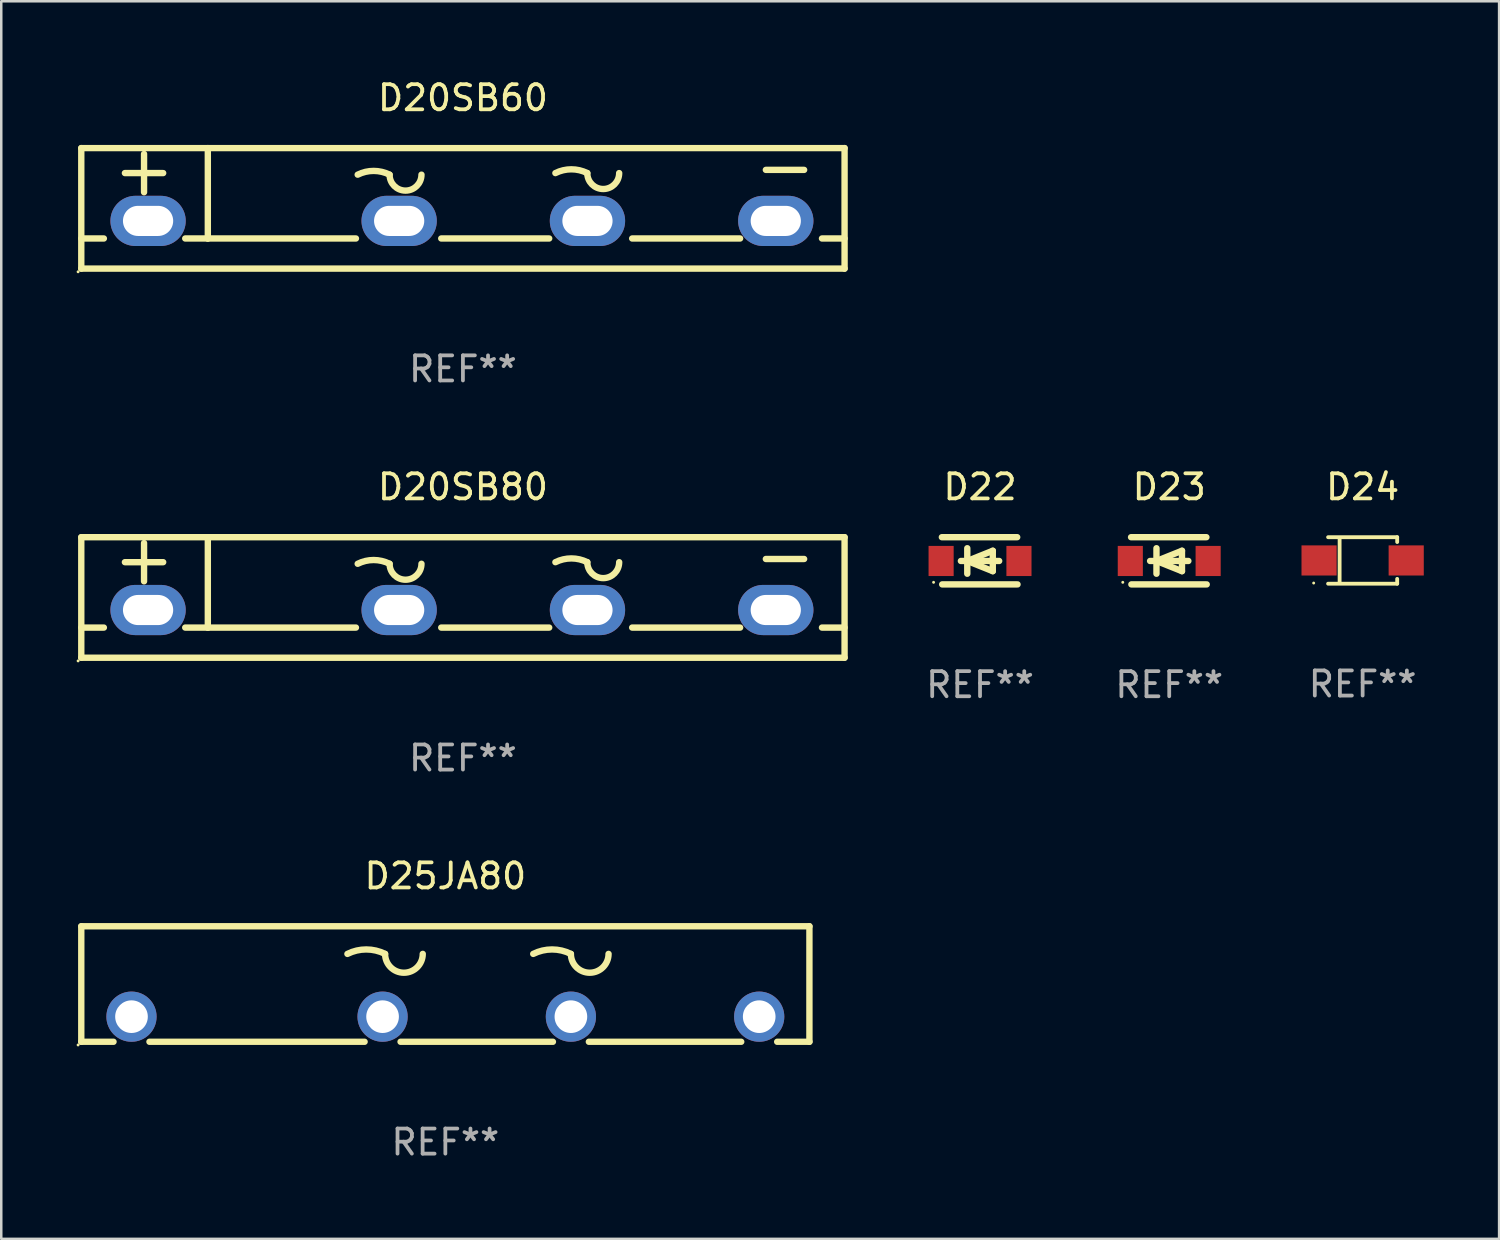
<source format=kicad_pcb>
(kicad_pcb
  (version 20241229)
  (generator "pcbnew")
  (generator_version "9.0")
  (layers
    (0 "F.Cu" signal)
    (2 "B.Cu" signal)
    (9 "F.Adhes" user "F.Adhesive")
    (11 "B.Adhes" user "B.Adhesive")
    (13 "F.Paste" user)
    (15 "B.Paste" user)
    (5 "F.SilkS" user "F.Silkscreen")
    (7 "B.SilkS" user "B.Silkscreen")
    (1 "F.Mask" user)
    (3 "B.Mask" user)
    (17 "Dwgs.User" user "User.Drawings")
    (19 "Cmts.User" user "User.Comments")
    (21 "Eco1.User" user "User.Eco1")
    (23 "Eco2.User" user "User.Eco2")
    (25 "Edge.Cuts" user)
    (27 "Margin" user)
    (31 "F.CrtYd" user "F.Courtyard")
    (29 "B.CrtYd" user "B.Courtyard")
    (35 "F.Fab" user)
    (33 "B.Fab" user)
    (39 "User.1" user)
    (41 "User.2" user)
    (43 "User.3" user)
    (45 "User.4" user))
  (footprint "D22"
    (layer "F.Cu")
    (at 35.982 19.285)
    (property "Reference" "D22" (at 0 -2.94 0) (layer "F.SilkS") (effects (font (size 1 1) (thickness 0.15))))
    (attr through_hole)
    (fp_line (start -1.52 -0.94) (end 1.48 -0.94) (stroke (width 0.254) (type solid)) (layer "F.SilkS"))
    (fp_line (start -1.507 0.94) (end 1.493 0.94) (stroke (width 0.254) (type solid)) (layer "F.SilkS"))
    (fp_line (start -0.762 0.007) (end 0.762 0.007) (stroke (width 0.254) (type solid)) (layer "F.SilkS"))
    (fp_line (start -0.508 -0.501) (end -0.508 0.515) (stroke (width 0.254) (type solid)) (layer "F.SilkS"))
    (fp_line (start -0.508 0.007) (end 0.508 -0.4) (stroke (width 0.254) (type solid)) (layer "F.SilkS"))
    (fp_line (start 0.508 -0.4) (end 0.508 0.413) (stroke (width 0.254) (type solid)) (layer "F.SilkS"))
    (fp_line (start 0.508 0.413) (end -0.508 0.007) (stroke (width 0.254) (type solid)) (layer "F.SilkS"))
    (fp_circle (center -1.85 0.857) (end -1.82 0.857) (stroke (width 0.06) (type solid)) (fill no) (layer "F.SilkS"))
    (fp_text user "REF**" (at 0 4.94 0) (layer "F.Fab") (effects (font (size 1 1) (thickness 0.15))))
    (pad "1" smd rect (at -1.55 0.007) (size 1 1.2) (layers "F.Cu" "F.Mask" "F.Paste"))
    (pad "2" smd rect (at 1.55 0.007) (size 1 1.2) (layers "F.Cu" "F.Mask" "F.Paste")))
  (footprint "D24"
    (layer "F.Cu")
    (at 51.22 19.271)
    (property "Reference" "D24" (at 0 -2.926 0) (layer "F.SilkS") (effects (font (size 1 1) (thickness 0.15))))
    (attr through_hole)
    (fp_line (start -1.376 -0.926) (end 1.376 -0.926) (stroke (width 0.152) (type solid)) (layer "F.SilkS"))
    (fp_line (start -1.376 0.926) (end 1.376 0.926) (stroke (width 0.152) (type solid)) (layer "F.SilkS"))
    (fp_line (start -0.917 -0.876) (end -0.917 0.876) (stroke (width 0.152) (type solid)) (layer "F.SilkS"))
    (fp_line (start 1.376 -0.926) (end 1.376 -0.733) (stroke (width 0.152) (type solid)) (layer "F.SilkS"))
    (fp_line (start 1.376 0.926) (end 1.376 0.733) (stroke (width 0.152) (type solid)) (layer "F.SilkS"))
    (fp_circle (center -1.95 0.9) (end -1.92 0.9) (stroke (width 0.06) (type solid)) (fill no) (layer "F.SilkS"))
    (fp_text user "REF**" (at 0 4.926 0) (layer "F.Fab") (effects (font (size 1 1) (thickness 0.15))))
    (pad "1" smd rect (at -1.735 0) (size 1.4 1.2) (layers "F.Cu" "F.Mask" "F.Paste"))
    (pad "2" smd rect (at 1.735 0) (size 1.4 1.2) (layers "F.Cu" "F.Mask" "F.Paste")))
  (footprint "D25JA80"
    (layer "F.Cu")
    (at 14.687 36.141)
    (property "Reference" "D25JA80" (at 0 -4.3 0) (layer "F.SilkS") (effects (font (size 1 1) (thickness 0.15))))
    (attr through_hole)
    (fp_line (start -14.5 2.3) (end -13.216 2.3) (stroke (width 0.254) (type solid)) (layer "F.SilkS"))
    (fp_line (start -14.5 -2.3) (end -14.5 2.3) (stroke (width 0.254) (type solid)) (layer "F.SilkS"))
    (fp_line (start -14.5 -2.3) (end 14.5 -2.3) (stroke (width 0.254) (type solid)) (layer "F.SilkS"))
    (fp_line (start -11.784 2.3) (end -3.216 2.3) (stroke (width 0.254) (type solid)) (layer "F.SilkS"))
    (fp_line (start -1.784 2.3) (end 4.284 2.3) (stroke (width 0.254) (type solid)) (layer "F.SilkS"))
    (fp_line (start 5.716 2.3) (end 11.784 2.3) (stroke (width 0.254) (type solid)) (layer "F.SilkS"))
    (fp_line (start 13.216 2.3) (end 14.5 2.3) (stroke (width 0.254) (type solid)) (layer "F.SilkS"))
    (fp_line (start 14.5 -2.3) (end 14.5 2.3) (stroke (width 0.254) (type solid)) (layer "F.SilkS"))
    (fp_arc (start -3.900038 -1.200025) (mid -3.150025 -1.377079) (end -2.400013 -1.200025) (stroke (width 0.254001) (type solid)) (layer "F.SilkS"))
    (fp_arc (start -0.899987 -1.200025) (mid -1.65 -0.450012) (end -2.400013 -1.200025) (stroke (width 0.254001) (type solid)) (layer "F.SilkS"))
    (fp_arc (start 3.499987 -1.200025) (mid 4.25 -1.377079) (end 5.000012 -1.200025) (stroke (width 0.254001) (type solid)) (layer "F.SilkS"))
    (fp_arc (start 6.500038 -1.200025) (mid 5.750025 -0.450012) (end 5.000012 -1.200025) (stroke (width 0.254001) (type solid)) (layer "F.SilkS"))
    (fp_circle (center -14.627 2.427) (end -14.597 2.427) (stroke (width 0.06) (type solid)) (fill no) (layer "F.SilkS"))
    (fp_text user "-" (at 11.6 -0.2 0) (layer "B.Mask") (effects (font (size 1 1) (thickness 0.15))))
    (fp_text user "+" (at -13.3 -0.1 0) (layer "B.Mask") (effects (font (size 1 1) (thickness 0.15))))
    (fp_text user "REF**" (at 0 6.3 0) (layer "F.Fab") (effects (font (size 1 1) (thickness 0.15))))
    (pad "1" thru_hole circle (at -12.5 1.3) (size 2 2) (drill 1.3) (layers "*.Cu" "*.Mask"))
    (pad "2" thru_hole circle (at -2.5 1.3) (size 2 2) (drill 1.3) (layers "*.Cu" "*.Mask"))
    (pad "3" thru_hole circle (at 5 1.3) (size 2 2) (drill 1.3) (layers "*.Cu" "*.Mask"))
    (pad "4" thru_hole circle (at 12.5 1.3) (size 2 2) (drill 1.3) (layers "*.Cu" "*.Mask")))
  (footprint "D23"
    (layer "F.Cu")
    (at 43.517 19.285)
    (property "Reference" "D23" (at 0 -2.94 0) (layer "F.SilkS") (effects (font (size 1 1) (thickness 0.15))))
    (attr through_hole)
    (fp_line (start -1.52 -0.94) (end 1.48 -0.94) (stroke (width 0.254) (type solid)) (layer "F.SilkS"))
    (fp_line (start -1.507 0.94) (end 1.493 0.94) (stroke (width 0.254) (type solid)) (layer "F.SilkS"))
    (fp_line (start -0.762 0.007) (end 0.762 0.007) (stroke (width 0.254) (type solid)) (layer "F.SilkS"))
    (fp_line (start -0.508 -0.501) (end -0.508 0.515) (stroke (width 0.254) (type solid)) (layer "F.SilkS"))
    (fp_line (start -0.508 0.007) (end 0.508 -0.4) (stroke (width 0.254) (type solid)) (layer "F.SilkS"))
    (fp_line (start 0.508 -0.4) (end 0.508 0.413) (stroke (width 0.254) (type solid)) (layer "F.SilkS"))
    (fp_line (start 0.508 0.413) (end -0.508 0.007) (stroke (width 0.254) (type solid)) (layer "F.SilkS"))
    (fp_circle (center -1.85 0.857) (end -1.82 0.857) (stroke (width 0.06) (type solid)) (fill no) (layer "F.SilkS"))
    (fp_text user "REF**" (at 0 4.94 0) (layer "F.Fab") (effects (font (size 1 1) (thickness 0.15))))
    (pad "1" smd rect (at -1.55 0.007) (size 1 1.2) (layers "F.Cu" "F.Mask" "F.Paste"))
    (pad "2" smd rect (at 1.55 0.007) (size 1 1.2) (layers "F.Cu" "F.Mask" "F.Paste")))
  (footprint "D20SB80"
    (layer "F.Cu")
    (at 15.387 20.745)
    (property "Reference" "D20SB80" (at 0 -4.4 0) (layer "F.SilkS") (effects (font (size 1 1) (thickness 0.15))))
    (attr through_hole)
    (fp_line (start -15.2 -2.4) (end 15.2 -2.4) (stroke (width 0.254) (type solid)) (layer "F.SilkS"))
    (fp_line (start -15.2 2.4) (end -15.2 -2.4) (stroke (width 0.254) (type solid)) (layer "F.SilkS"))
    (fp_line (start -15.199 1.2) (end -14.3 1.2) (stroke (width 0.254) (type solid)) (layer "F.SilkS"))
    (fp_line (start -13.462 -1.405) (end -11.938 -1.405) (stroke (width 0.254) (type solid)) (layer "F.SilkS"))
    (fp_line (start -12.7 -0.643) (end -12.7 -2.167) (stroke (width 0.254) (type solid)) (layer "F.SilkS"))
    (fp_line (start -11.06 1.2) (end -10.16 1.2) (stroke (width 0.254) (type solid)) (layer "F.SilkS"))
    (fp_line (start -10.161 1.2) (end -4.261 1.2) (stroke (width 0.254) (type solid)) (layer "F.SilkS"))
    (fp_line (start -10.16 1.2) (end -10.16 -2.4) (stroke (width 0.254) (type solid)) (layer "F.SilkS"))
    (fp_line (start -0.864 1.2) (end 3.436 1.2) (stroke (width 0.254) (type solid)) (layer "F.SilkS"))
    (fp_line (start 6.74 1.2) (end 11.04 1.2) (stroke (width 0.254) (type solid)) (layer "F.SilkS"))
    (fp_line (start 12.065 -1.532) (end 13.589 -1.532) (stroke (width 0.254) (type solid)) (layer "F.SilkS"))
    (fp_line (start 14.3 1.2) (end 15.2 1.2) (stroke (width 0.254) (type solid)) (layer "F.SilkS"))
    (fp_line (start 15.2 -2.4) (end 15.2 2.4) (stroke (width 0.254) (type solid)) (layer "F.SilkS"))
    (fp_line (start 15.2 2.4) (end -15.2 2.4) (stroke (width 0.254) (type solid)) (layer "F.SilkS"))
    (fp_arc (start -4.191046 -1.341504) (mid -3.556045 -1.491407) (end -2.921043 -1.341504) (stroke (width 0.254001) (type solid)) (layer "F.SilkS"))
    (fp_arc (start -1.650991 -1.341504) (mid -2.285992 -0.706503) (end -2.920993 -1.341504) (stroke (width 0.254001) (type solid)) (layer "F.SilkS"))
    (fp_arc (start 3.682969 -1.405004) (mid 4.317971 -1.554908) (end 4.952972 -1.405004) (stroke (width 0.254001) (type solid)) (layer "F.SilkS"))
    (fp_arc (start 6.223025 -1.405004) (mid 5.588024 -0.770003) (end 4.953023 -1.405004) (stroke (width 0.254001) (type solid)) (layer "F.SilkS"))
    (fp_circle (center -15.327 2.527) (end -15.297 2.527) (stroke (width 0.06) (type solid)) (fill no) (layer "F.SilkS"))
    (fp_text user "REF**" (at 0 6.4 0) (layer "F.Fab") (effects (font (size 1 1) (thickness 0.15))))
    (pad "1" thru_hole oval (at -12.54 0.5) (size 3 2) (drill oval 2 1.2) (layers "*.Cu" "*.Mask"))
    (pad "2" thru_hole oval (at -2.54 0.5) (size 3 2) (drill oval 2 1.2) (layers "*.Cu" "*.Mask"))
    (pad "3" thru_hole oval (at 4.96 0.5) (size 3 2) (drill oval 2 1.2) (layers "*.Cu" "*.Mask"))
    (pad "4" thru_hole oval (at 12.46 0.5) (size 3 2) (drill oval 2 1.2) (layers "*.Cu" "*.Mask")))
  (footprint "D20SB60"
    (layer "F.Cu")
    (at 15.387 5.248)
    (property "Reference" "D20SB60" (at 0 -4.4 0) (layer "F.SilkS") (effects (font (size 1 1) (thickness 0.15))))
    (attr through_hole)
    (fp_line (start -15.2 -2.4) (end 15.2 -2.4) (stroke (width 0.254) (type solid)) (layer "F.SilkS"))
    (fp_line (start -15.2 2.4) (end -15.2 -2.4) (stroke (width 0.254) (type solid)) (layer "F.SilkS"))
    (fp_line (start -15.199 1.2) (end -14.3 1.2) (stroke (width 0.254) (type solid)) (layer "F.SilkS"))
    (fp_line (start -13.462 -1.405) (end -11.938 -1.405) (stroke (width 0.254) (type solid)) (layer "F.SilkS"))
    (fp_line (start -12.7 -0.643) (end -12.7 -2.167) (stroke (width 0.254) (type solid)) (layer "F.SilkS"))
    (fp_line (start -11.06 1.2) (end -10.16 1.2) (stroke (width 0.254) (type solid)) (layer "F.SilkS"))
    (fp_line (start -10.161 1.2) (end -4.261 1.2) (stroke (width 0.254) (type solid)) (layer "F.SilkS"))
    (fp_line (start -10.16 1.2) (end -10.16 -2.4) (stroke (width 0.254) (type solid)) (layer "F.SilkS"))
    (fp_line (start -0.864 1.2) (end 3.436 1.2) (stroke (width 0.254) (type solid)) (layer "F.SilkS"))
    (fp_line (start 6.74 1.2) (end 11.04 1.2) (stroke (width 0.254) (type solid)) (layer "F.SilkS"))
    (fp_line (start 12.065 -1.532) (end 13.589 -1.532) (stroke (width 0.254) (type solid)) (layer "F.SilkS"))
    (fp_line (start 14.3 1.2) (end 15.2 1.2) (stroke (width 0.254) (type solid)) (layer "F.SilkS"))
    (fp_line (start 15.2 -2.4) (end 15.2 2.4) (stroke (width 0.254) (type solid)) (layer "F.SilkS"))
    (fp_line (start 15.2 2.4) (end -15.2 2.4) (stroke (width 0.254) (type solid)) (layer "F.SilkS"))
    (fp_arc (start -4.191046 -1.341504) (mid -3.556045 -1.491407) (end -2.921043 -1.341504) (stroke (width 0.254001) (type solid)) (layer "F.SilkS"))
    (fp_arc (start -1.650991 -1.341504) (mid -2.285992 -0.706503) (end -2.920993 -1.341504) (stroke (width 0.254001) (type solid)) (layer "F.SilkS"))
    (fp_arc (start 3.682969 -1.405004) (mid 4.317971 -1.554908) (end 4.952972 -1.405004) (stroke (width 0.254001) (type solid)) (layer "F.SilkS"))
    (fp_arc (start 6.223025 -1.405004) (mid 5.588024 -0.770003) (end 4.953023 -1.405004) (stroke (width 0.254001) (type solid)) (layer "F.SilkS"))
    (fp_circle (center -15.327 2.527) (end -15.297 2.527) (stroke (width 0.06) (type solid)) (fill no) (layer "F.SilkS"))
    (fp_text user "REF**" (at 0 6.4 0) (layer "F.Fab") (effects (font (size 1 1) (thickness 0.15))))
    (pad "1" thru_hole oval (at -12.54 0.5) (size 3 2) (drill oval 2 1.2) (layers "*.Cu" "*.Mask"))
    (pad "2" thru_hole oval (at -2.54 0.5) (size 3 2) (drill oval 2 1.2) (layers "*.Cu" "*.Mask"))
    (pad "3" thru_hole oval (at 4.96 0.5) (size 3 2) (drill oval 2 1.2) (layers "*.Cu" "*.Mask"))
    (pad "4" thru_hole oval (at 12.46 0.5) (size 3 2) (drill oval 2 1.2) (layers "*.Cu" "*.Mask")))
  (gr_rect
    (start -3 -3)
    (end 56.655 46.29)
    (stroke (width 0.1) (type default))
    (fill no)
    (layer "Edge.Cuts")))
</source>
